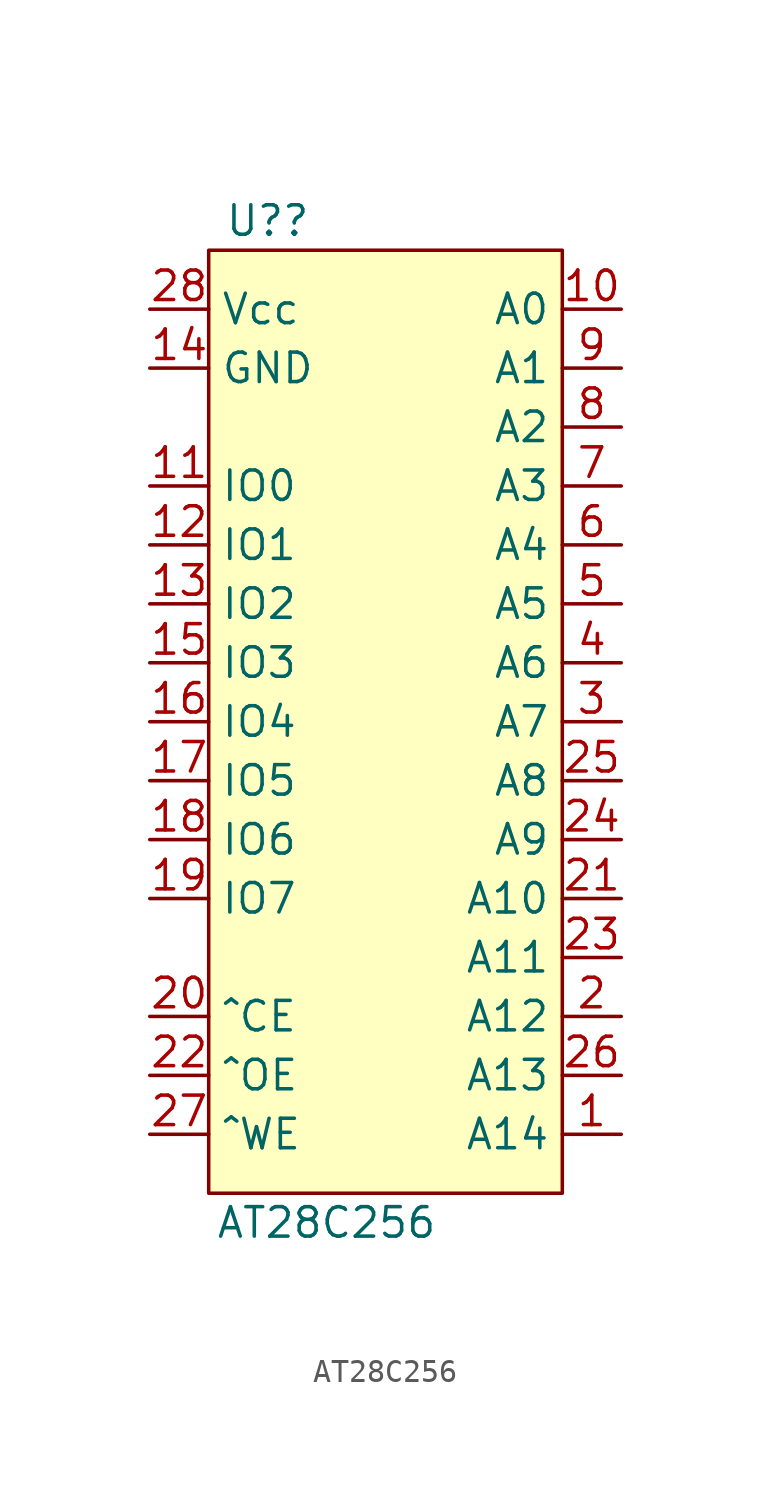
<source format=kicad_sym>
(kicad_symbol_lib
  (version 20211014)
  (generator kicad_symbol_editor)
  (symbol "AT28C256"
    (property "Reference" "U?"
      (at 0 0 0)
      (effects (font (size 1.27 1.27))))
    (property "Value" "AT28C256"
      (at 2.54 -43.18 0)
      (effects (font (size 1.27 1.27))))
    (symbol "AT28C256_0_1"
      (rectangle (start -2.54 -1.27) (end 12.7 -41.91) (stroke (width 0.152) (type default) (color 0 0 0 0)) (fill (type background))))
    (symbol "AT28C256_1_1"
      (pin output line (at 15.24 -39.37 180) (length 2.54) (name "A14" (effects (font (size 1.27 1.27)))) (number "1" (effects (font (size 1.27 1.27)))))
      (pin output line (at 15.24 -3.81 180) (length 2.54) (name "A0" (effects (font (size 1.27 1.27)))) (number "10" (effects (font (size 1.27 1.27)))))
      (pin output line (at -5.08 -11.43 0) (length 2.54) (name "IO0" (effects (font (size 1.27 1.27)))) (number "11" (effects (font (size 1.27 1.27)))))
      (pin output line (at -5.08 -13.97 0) (length 2.54) (name "IO1" (effects (font (size 1.27 1.27)))) (number "12" (effects (font (size 1.27 1.27)))))
      (pin output line (at -5.08 -16.51 0) (length 2.54) (name "IO2" (effects (font (size 1.27 1.27)))) (number "13" (effects (font (size 1.27 1.27)))))
      (pin output line (at -5.08 -6.35 0) (length 2.54) (name "GND" (effects (font (size 1.27 1.27)))) (number "14" (effects (font (size 1.27 1.27)))))
      (pin output line (at -5.08 -19.05 0) (length 2.54) (name "IO3" (effects (font (size 1.27 1.27)))) (number "15" (effects (font (size 1.27 1.27)))))
      (pin output line (at -5.08 -21.59 0) (length 2.54) (name "IO4" (effects (font (size 1.27 1.27)))) (number "16" (effects (font (size 1.27 1.27)))))
      (pin output line (at -5.08 -24.13 0) (length 2.54) (name "IO5" (effects (font (size 1.27 1.27)))) (number "17" (effects (font (size 1.27 1.27)))))
      (pin output line (at -5.08 -26.67 0) (length 2.54) (name "IO6" (effects (font (size 1.27 1.27)))) (number "18" (effects (font (size 1.27 1.27)))))
      (pin output line (at -5.08 -29.21 0) (length 2.54) (name "IO7" (effects (font (size 1.27 1.27)))) (number "19" (effects (font (size 1.27 1.27)))))
      (pin output line (at 15.24 -34.29 180) (length 2.54) (name "A12" (effects (font (size 1.27 1.27)))) (number "2" (effects (font (size 1.27 1.27)))))
      (pin output line (at -5.08 -34.29 0) (length 2.54) (name "^CE" (effects (font (size 1.27 1.27)))) (number "20" (effects (font (size 1.27 1.27)))))
      (pin output line (at 15.24 -29.21 180) (length 2.54) (name "A10" (effects (font (size 1.27 1.27)))) (number "21" (effects (font (size 1.27 1.27)))))
      (pin output line (at -5.08 -36.83 0) (length 2.54) (name "^OE" (effects (font (size 1.27 1.27)))) (number "22" (effects (font (size 1.27 1.27)))))
      (pin output line (at 15.24 -31.75 180) (length 2.54) (name "A11" (effects (font (size 1.27 1.27)))) (number "23" (effects (font (size 1.27 1.27)))))
      (pin output line (at 15.24 -26.67 180) (length 2.54) (name "A9" (effects (font (size 1.27 1.27)))) (number "24" (effects (font (size 1.27 1.27)))))
      (pin output line (at 15.24 -24.13 180) (length 2.54) (name "A8" (effects (font (size 1.27 1.27)))) (number "25" (effects (font (size 1.27 1.27)))))
      (pin output line (at 15.24 -36.83 180) (length 2.54) (name "A13" (effects (font (size 1.27 1.27)))) (number "26" (effects (font (size 1.27 1.27)))))
      (pin output line (at -5.08 -39.37 0) (length 2.54) (name "^WE" (effects (font (size 1.27 1.27)))) (number "27" (effects (font (size 1.27 1.27)))))
      (pin output line (at -5.08 -3.81 0) (length 2.54) (name "Vcc" (effects (font (size 1.27 1.27)))) (number "28" (effects (font (size 1.27 1.27)))))
      (pin output line (at 15.24 -21.59 180) (length 2.54) (name "A7" (effects (font (size 1.27 1.27)))) (number "3" (effects (font (size 1.27 1.27)))))
      (pin output line (at 15.24 -19.05 180) (length 2.54) (name "A6" (effects (font (size 1.27 1.27)))) (number "4" (effects (font (size 1.27 1.27)))))
      (pin output line (at 15.24 -16.51 180) (length 2.54) (name "A5" (effects (font (size 1.27 1.27)))) (number "5" (effects (font (size 1.27 1.27)))))
      (pin output line (at 15.24 -13.97 180) (length 2.54) (name "A4" (effects (font (size 1.27 1.27)))) (number "6" (effects (font (size 1.27 1.27)))))
      (pin output line (at 15.24 -11.43 180) (length 2.54) (name "A3" (effects (font (size 1.27 1.27)))) (number "7" (effects (font (size 1.27 1.27)))))
      (pin output line (at 15.24 -8.89 180) (length 2.54) (name "A2" (effects (font (size 1.27 1.27)))) (number "8" (effects (font (size 1.27 1.27)))))
      (pin output line (at 15.24 -6.35 180) (length 2.54) (name "A1" (effects (font (size 1.27 1.27)))) (number "9" (effects (font (size 1.27 1.27))))))))
</source>
